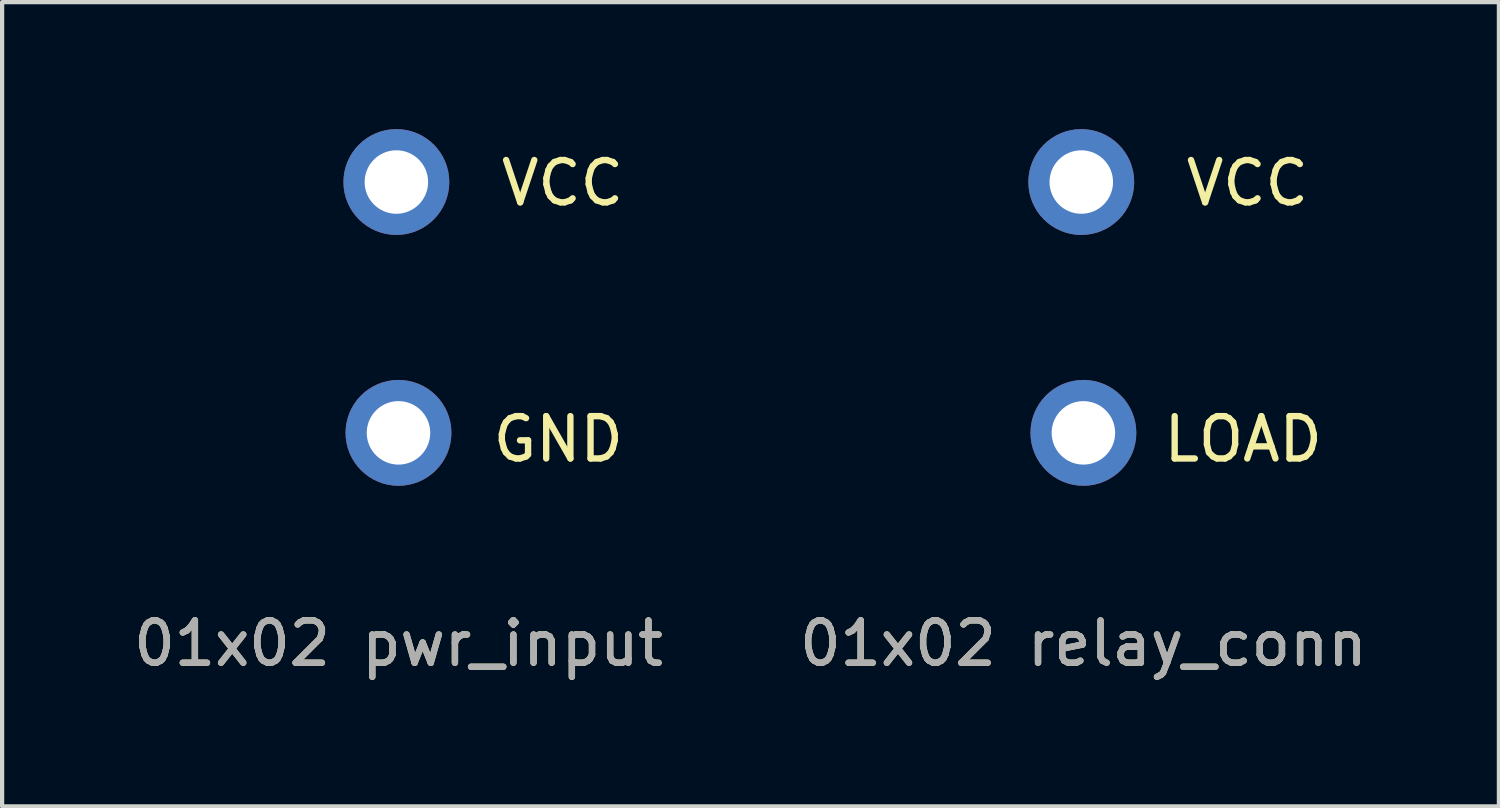
<source format=kicad_pcb>
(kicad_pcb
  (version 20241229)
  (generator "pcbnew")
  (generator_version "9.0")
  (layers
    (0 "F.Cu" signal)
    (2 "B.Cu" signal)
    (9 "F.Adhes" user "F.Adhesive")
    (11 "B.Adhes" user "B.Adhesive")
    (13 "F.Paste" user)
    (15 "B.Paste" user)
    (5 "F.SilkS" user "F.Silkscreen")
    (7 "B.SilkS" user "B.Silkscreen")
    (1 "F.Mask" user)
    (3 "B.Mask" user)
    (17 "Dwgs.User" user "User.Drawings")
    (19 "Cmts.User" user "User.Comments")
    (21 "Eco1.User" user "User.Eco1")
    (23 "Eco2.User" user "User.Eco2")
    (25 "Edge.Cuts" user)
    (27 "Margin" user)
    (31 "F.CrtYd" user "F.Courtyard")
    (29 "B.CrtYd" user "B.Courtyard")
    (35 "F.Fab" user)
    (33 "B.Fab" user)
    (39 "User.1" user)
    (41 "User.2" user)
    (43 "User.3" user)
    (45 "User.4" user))
  (footprint "01x02 pwr_input"
    (layer "F.Cu")
    (at 6.363 9.65)
    (property "Reference" "01x02 pwr_input" (at 0 2.5 0) (unlocked yes) (layer "F.SilkS") (effects (font (size 1 1) (thickness 0.15))))
    (attr through_hole)
    (fp_text user "GND" (at 3.775 -2.325 0) (unlocked yes) (layer "F.SilkS") (effects (font (size 1 1) (thickness 0.15))))
    (fp_text user "VCC" (at 3.875 -8.375 0) (unlocked yes) (layer "F.SilkS") (effects (font (size 1 1) (thickness 0.15))))
    (fp_text user "${REFERENCE}" (at 0 2.5 0) (unlocked yes) (layer "F.Fab") (effects (font (size 1 1) (thickness 0.15))))
    (pad "1" thru_hole circle (at -0.05 -8.4) (size 2.5 2.5) (drill 1.5) (layers "*.Cu" "*.Mask"))
    (pad "2" thru_hole circle (at 0 -2.475) (size 2.5 2.5) (drill 1.5) (layers "*.Cu" "*.Mask")))
  (footprint "01x02 relay_conn"
    (layer "F.Cu")
    (at 22.542 9.65)
    (property "Reference" "01x02 relay_conn" (at 0 2.5 0) (unlocked yes) (layer "F.SilkS") (effects (font (size 1 1) (thickness 0.15))))
    (attr through_hole)
    (fp_text user "LOAD" (at 3.775 -2.325 0) (unlocked yes) (layer "F.SilkS") (effects (font (size 1 1) (thickness 0.15))))
    (fp_text user "VCC" (at 3.875 -8.375 0) (unlocked yes) (layer "F.SilkS") (effects (font (size 1 1) (thickness 0.15))))
    (fp_text user "${REFERENCE}" (at 0 2.5 0) (unlocked yes) (layer "F.Fab") (effects (font (size 1 1) (thickness 0.15))))
    (pad "1" thru_hole circle (at -0.05 -8.4) (size 2.5 2.5) (drill 1.5) (layers "*.Cu" "*.Mask"))
    (pad "2" thru_hole circle (at 0 -2.475) (size 2.5 2.5) (drill 1.5) (layers "*.Cu" "*.Mask")))
  (gr_rect
    (start -3 -3)
    (end 32.357 15.998)
    (stroke (width 0.1) (type default))
    (fill no)
    (layer "Edge.Cuts")))
</source>
